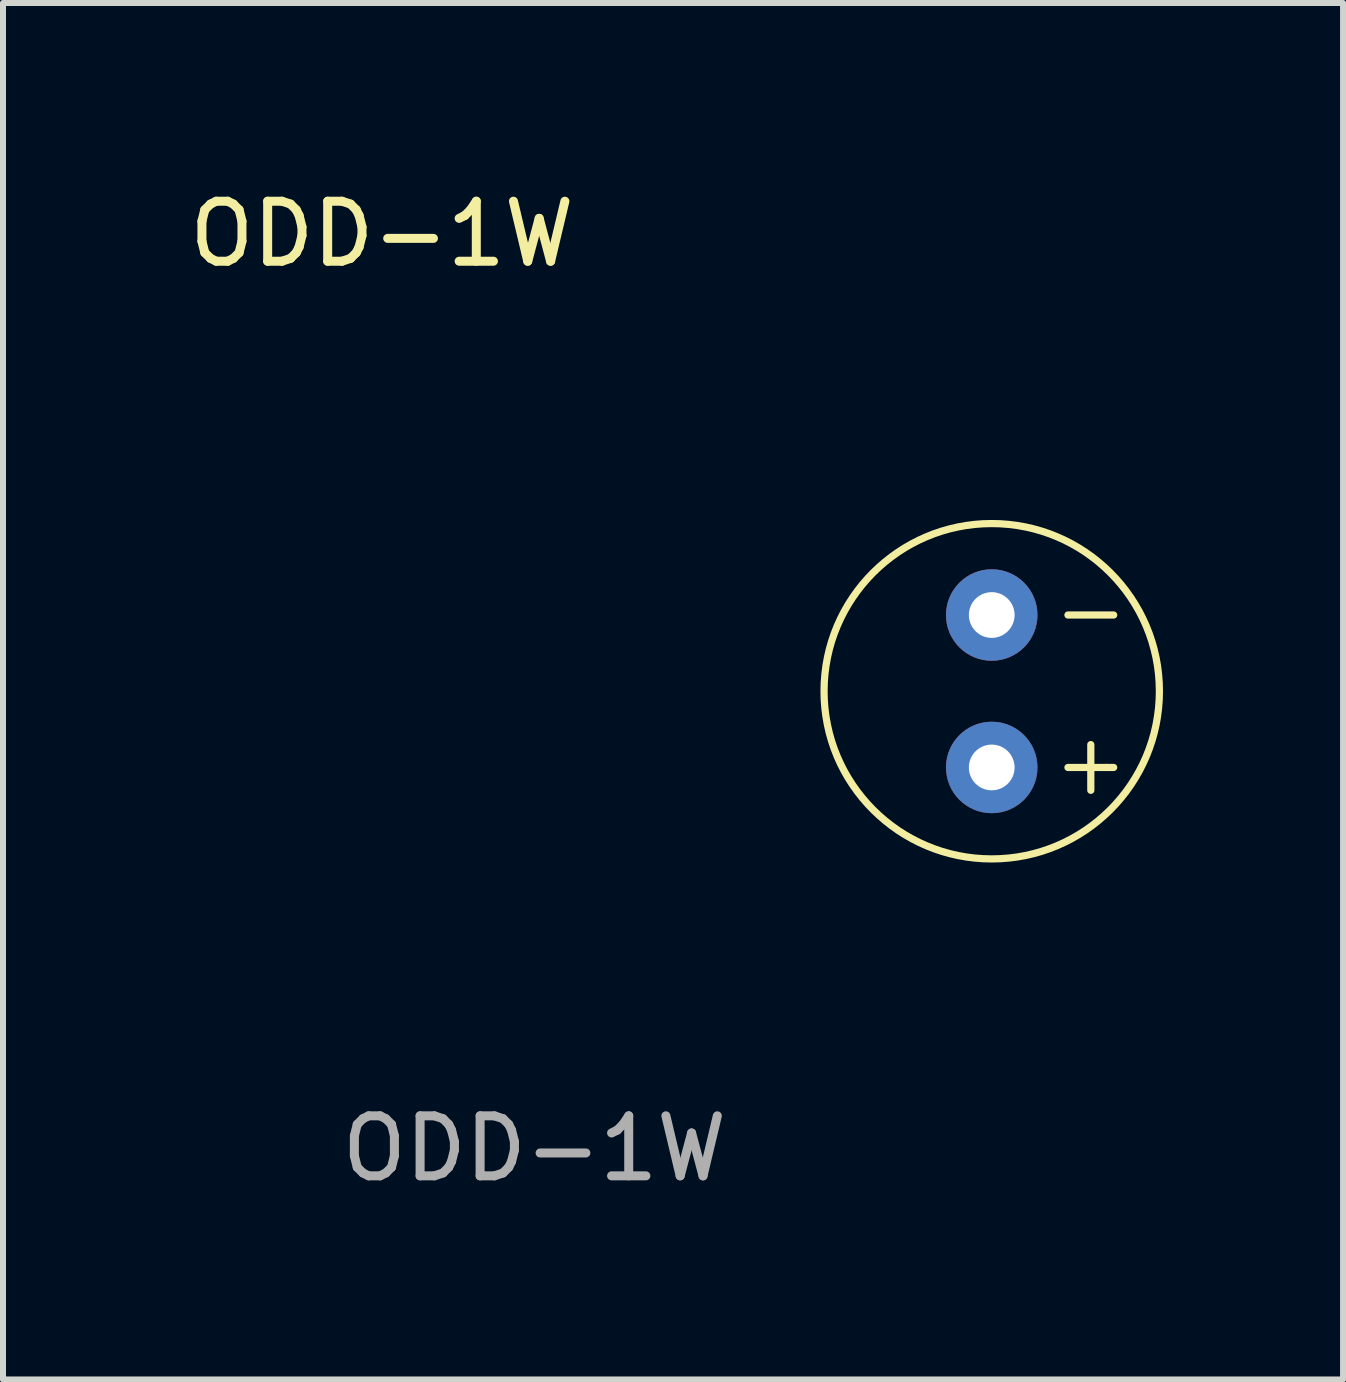
<source format=kicad_pcb>
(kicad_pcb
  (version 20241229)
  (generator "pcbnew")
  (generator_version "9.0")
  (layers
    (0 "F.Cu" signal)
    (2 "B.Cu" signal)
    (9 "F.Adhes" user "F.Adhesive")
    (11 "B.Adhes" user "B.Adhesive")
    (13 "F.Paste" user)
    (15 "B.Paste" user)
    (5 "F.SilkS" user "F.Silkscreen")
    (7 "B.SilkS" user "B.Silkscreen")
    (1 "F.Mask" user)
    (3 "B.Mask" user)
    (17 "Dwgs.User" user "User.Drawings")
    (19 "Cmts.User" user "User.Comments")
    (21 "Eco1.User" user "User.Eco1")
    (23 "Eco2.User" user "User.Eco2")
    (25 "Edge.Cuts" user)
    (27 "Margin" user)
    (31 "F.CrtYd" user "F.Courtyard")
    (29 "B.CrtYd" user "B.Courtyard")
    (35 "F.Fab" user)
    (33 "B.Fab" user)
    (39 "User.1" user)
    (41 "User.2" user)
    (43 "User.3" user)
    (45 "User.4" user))
  (footprint "ODD-1W"
    (layer "F.Cu")
    (at 13.475 8.468)
    (property "Reference" "ODD-1W" (at -10.16 -7.62 0) (unlocked yes) (layer "F.SilkS") (effects (font (size 1 1) (thickness 0.15))))
    (attr smd)
    (fp_line (start 1.27 -1.27) (end 2.032 -1.27) (stroke (width 0.12) (type solid)) (layer "F.SilkS"))
    (fp_line (start 1.27 1.27) (end 1.905 1.27) (stroke (width 0.12) (type solid)) (layer "F.SilkS"))
    (fp_line (start 1.651 1.651) (end 1.651 0.889) (stroke (width 0.12) (type solid)) (layer "F.SilkS"))
    (fp_line (start 1.905 1.27) (end 2.032 1.27) (stroke (width 0.12) (type solid)) (layer "F.SilkS"))
    (fp_circle (center 0 0) (end 2.794 0) (stroke (width 0.12) (type solid)) (fill no) (layer "F.SilkS"))
    (fp_text user "${REFERENCE}" (at -7.62 7.62 0) (unlocked yes) (layer "F.Fab") (effects (font (size 1 1) (thickness 0.15))))
    (pad "A" thru_hole circle (at 0 1.27) (size 1.524 1.524) (drill 0.762) (layers "*.Cu" "*.Mask"))
    (pad "K" thru_hole circle (at 0 -1.27) (size 1.524 1.524) (drill 0.762) (layers "*.Cu" "*.Mask")))
  (gr_rect
    (start -3 -3)
    (end 19.329 19.936)
    (stroke (width 0.1) (type default))
    (fill no)
    (layer "Edge.Cuts")))
</source>
